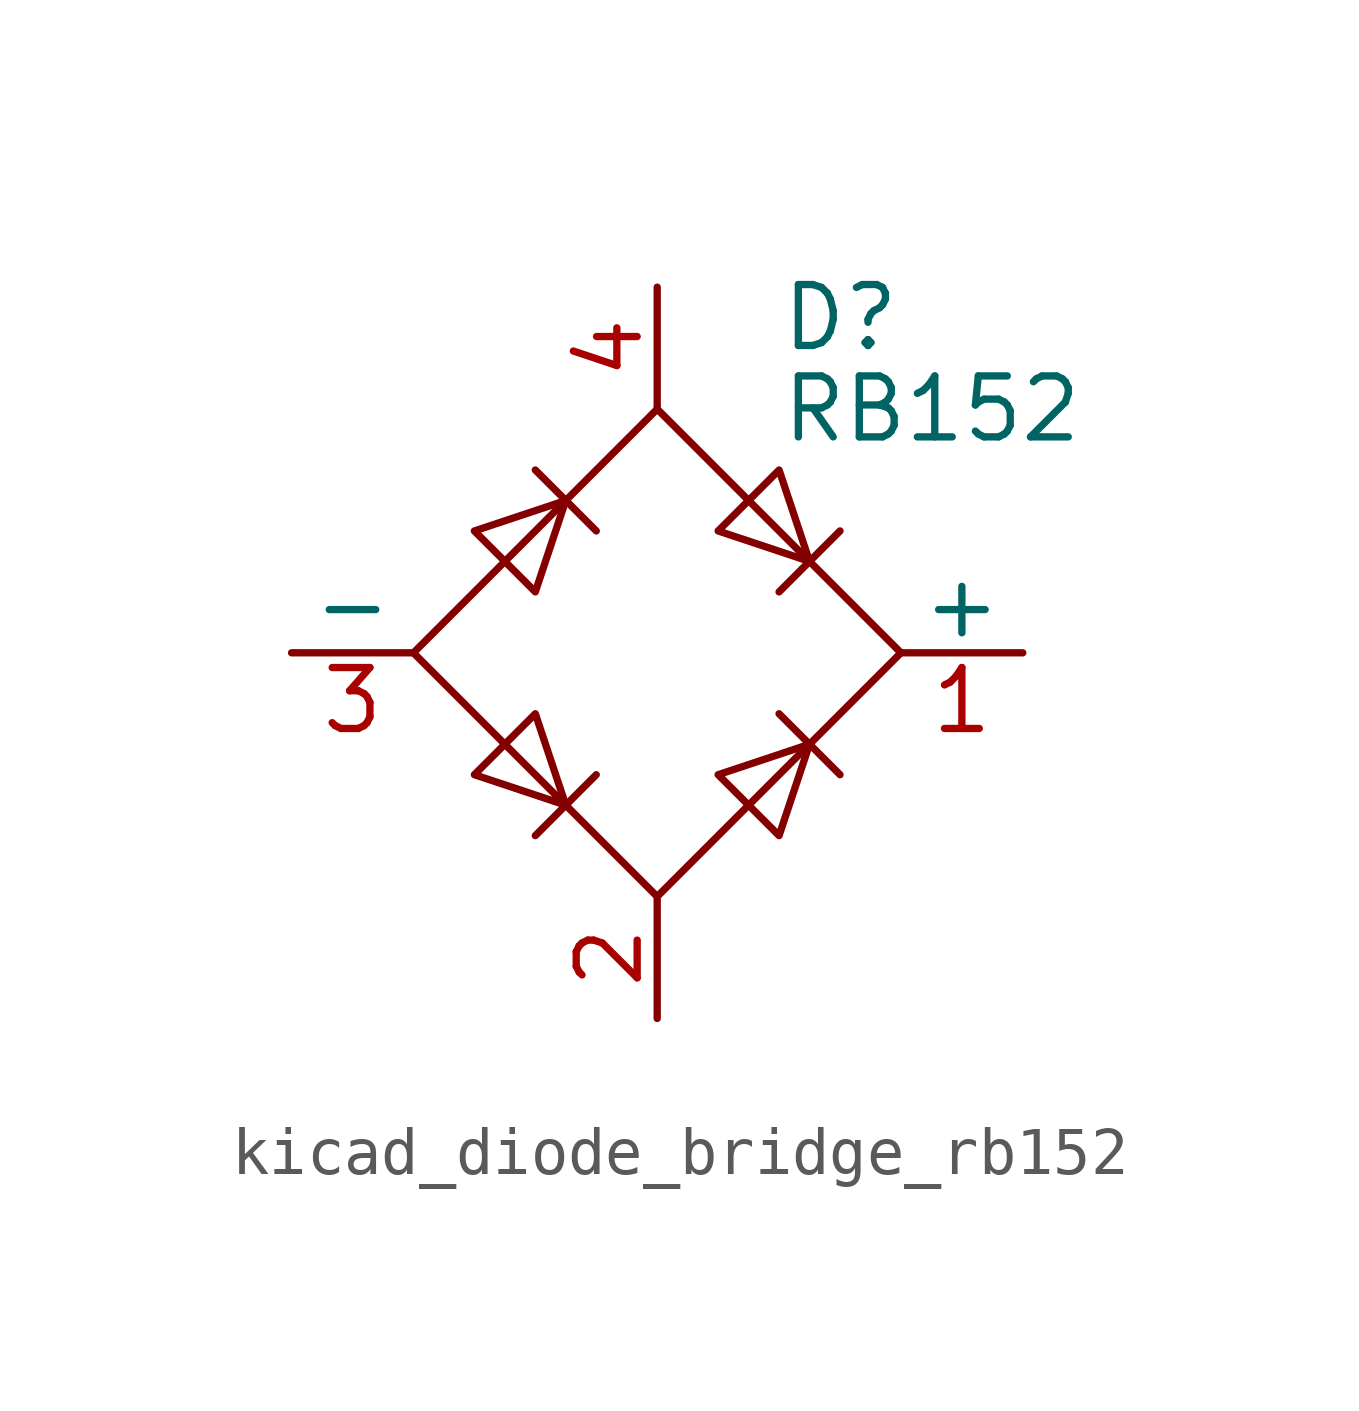
<source format=kicad_sym>
(kicad_symbol_lib
  (version 20220914)
  (generator kicad_symbol_editor)
  (symbol "kicad_diode_bridge_rb152"
    (pin_names
      (offset 0))
    (property "Reference" "D"
      (at 2.54 6.985 0)
      (effects (font (size 1.27 1.27)) (justify left)))
    (property "Value" "RB152"
      (at 2.54 5.08 0)
      (effects (font (size 1.27 1.27)) (justify left)))
    (symbol "kicad_diode_bridge_rb152_0_1"
      (polyline (pts (xy -2.54 3.81) (xy -1.27 2.54)) (stroke (width 0) (type default)) (fill (type none)))
      (polyline (pts (xy -1.27 -2.54) (xy -2.54 -3.81)) (stroke (width 0) (type default)) (fill (type none)))
      (polyline (pts (xy 2.54 -1.27) (xy 3.81 -2.54)) (stroke (width 0) (type default)) (fill (type none)))
      (polyline (pts (xy 2.54 1.27) (xy 3.81 2.54)) (stroke (width 0) (type default)) (fill (type none)))
      (polyline (pts (xy -3.81 2.54) (xy -2.54 1.27) (xy -1.905 3.175) (xy -3.81 2.54)) (stroke (width 0) (type default)) (fill (type none)))
      (polyline (pts (xy -2.54 -1.27) (xy -3.81 -2.54) (xy -1.905 -3.175) (xy -2.54 -1.27)) (stroke (width 0) (type default)) (fill (type none)))
      (polyline (pts (xy 1.27 2.54) (xy 2.54 3.81) (xy 3.175 1.905) (xy 1.27 2.54)) (stroke (width 0) (type default)) (fill (type none)))
      (polyline (pts (xy 3.175 -1.905) (xy 1.27 -2.54) (xy 2.54 -3.81) (xy 3.175 -1.905)) (stroke (width 0) (type default)) (fill (type none)))
      (polyline (pts (xy -5.08 0) (xy 0 -5.08) (xy 5.08 0) (xy 0 5.08) (xy -5.08 0)) (stroke (width 0) (type default)) (fill (type none))))
    (symbol "kicad_diode_bridge_rb152_1_1"
      (pin passive line (at 7.62 0 180) (length 2.54) (name "+" (effects (font (size 1.27 1.27)))) (number "1" (effects (font (size 1.27 1.27)))))
      (pin passive line (at 0 -7.62 90) (length 2.54) (name "~" (effects (font (size 1.27 1.27)))) (number "2" (effects (font (size 1.27 1.27)))))
      (pin passive line (at -7.62 0 0) (length 2.54) (name "-" (effects (font (size 1.27 1.27)))) (number "3" (effects (font (size 1.27 1.27)))))
      (pin passive line (at 0 7.62 270) (length 2.54) (name "~" (effects (font (size 1.27 1.27)))) (number "4" (effects (font (size 1.27 1.27))))))))
</source>
